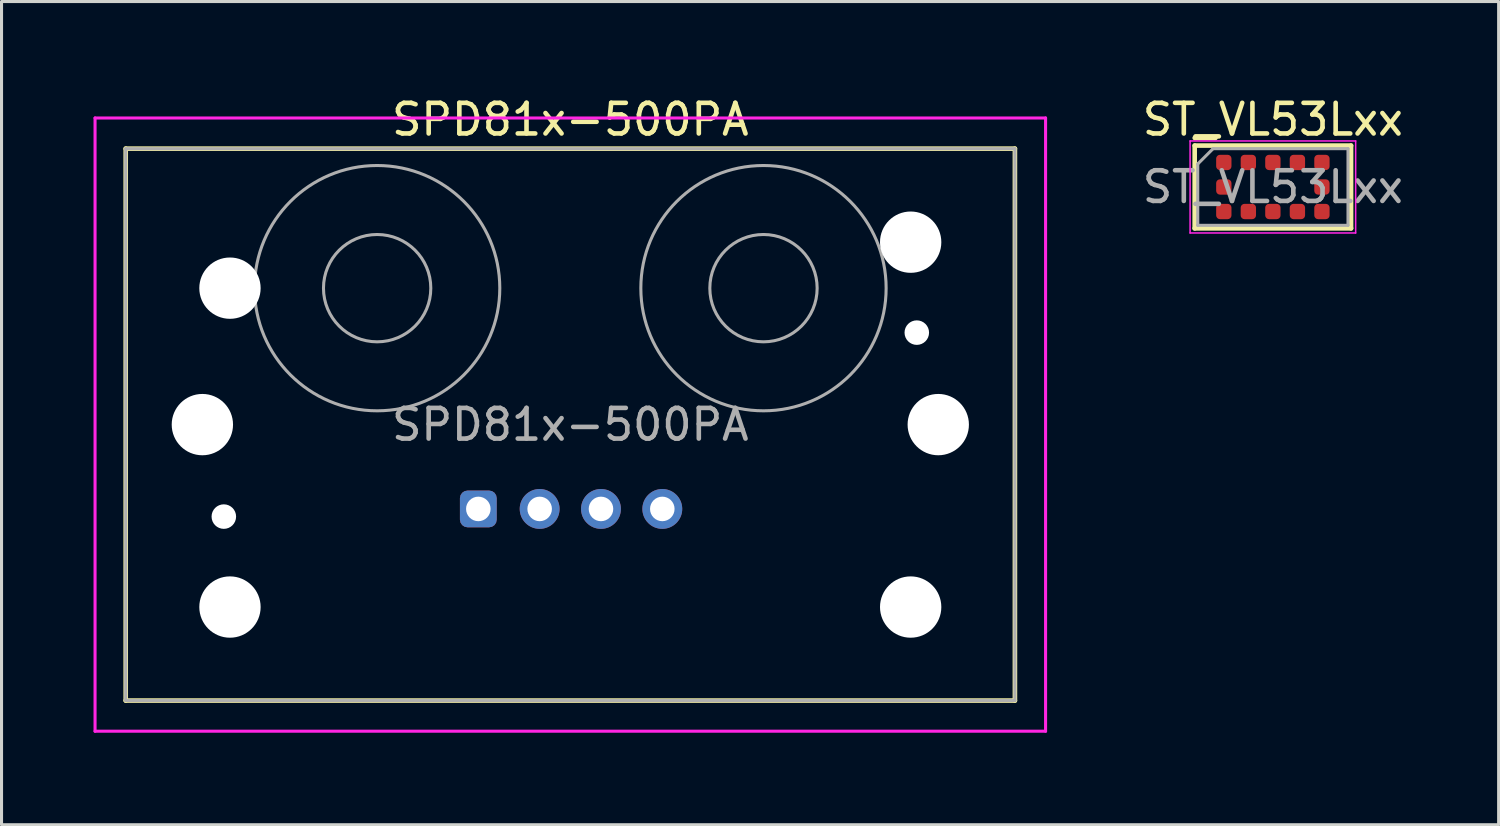
<source format=kicad_pcb>
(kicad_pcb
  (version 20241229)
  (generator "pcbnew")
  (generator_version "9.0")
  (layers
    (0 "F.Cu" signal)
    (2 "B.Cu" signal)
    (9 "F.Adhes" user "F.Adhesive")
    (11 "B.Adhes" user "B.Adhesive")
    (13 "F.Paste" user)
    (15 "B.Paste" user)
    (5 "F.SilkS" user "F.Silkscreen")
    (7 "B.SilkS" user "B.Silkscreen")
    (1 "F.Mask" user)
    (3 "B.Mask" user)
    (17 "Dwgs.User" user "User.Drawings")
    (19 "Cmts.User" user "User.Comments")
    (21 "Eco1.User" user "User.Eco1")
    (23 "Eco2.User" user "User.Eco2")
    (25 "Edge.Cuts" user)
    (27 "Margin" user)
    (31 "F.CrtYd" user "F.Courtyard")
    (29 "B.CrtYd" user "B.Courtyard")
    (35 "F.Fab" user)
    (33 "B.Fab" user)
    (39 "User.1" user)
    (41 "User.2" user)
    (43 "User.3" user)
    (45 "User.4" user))
  (footprint "SPD81x-500PA"
    (layer "F.Cu")
    (at 15.55 10.798)
    (property "Reference" "SPD81x-500PA" (at 0 -9.95 0) (unlocked yes) (layer "F.SilkS") (effects (font (size 1 1) (thickness 0.15))))
    (attr through_hole)
    (fp_line (start -14.5 -9) (end 14.5 -9) (stroke (width 0.15) (type solid)) (layer "F.SilkS"))
    (fp_line (start -14.5 9) (end -14.5 -9) (stroke (width 0.15) (type solid)) (layer "F.SilkS"))
    (fp_line (start 14.5 -9) (end 14.5 9) (stroke (width 0.15) (type solid)) (layer "F.SilkS"))
    (fp_line (start 14.5 9) (end -14.5 9) (stroke (width 0.15) (type solid)) (layer "F.SilkS"))
    (fp_line (start -15.5 -10) (end 15.5 -10) (stroke (width 0.1) (type solid)) (layer "F.CrtYd"))
    (fp_line (start -15.5 10) (end -15.5 -10) (stroke (width 0.1) (type solid)) (layer "F.CrtYd"))
    (fp_line (start 15.5 -10) (end 15.5 10) (stroke (width 0.1) (type solid)) (layer "F.CrtYd"))
    (fp_line (start 15.5 10) (end -15.5 10) (stroke (width 0.1) (type solid)) (layer "F.CrtYd"))
    (fp_line (start -14.5 -9) (end 14.5 -9) (stroke (width 0.1) (type solid)) (layer "F.Fab"))
    (fp_line (start -14.5 9) (end -14.5 -9) (stroke (width 0.1) (type solid)) (layer "F.Fab"))
    (fp_line (start 14.5 -9) (end 14.5 9) (stroke (width 0.1) (type solid)) (layer "F.Fab"))
    (fp_line (start 14.5 9) (end -14.5 9) (stroke (width 0.1) (type solid)) (layer "F.Fab"))
    (fp_circle (center -6.3 -4.45) (end -10.3 -4.45) (stroke (width 0.1) (type solid)) (fill no) (layer "F.Fab"))
    (fp_circle (center -6.3 -4.45) (end -8.05 -4.45) (stroke (width 0.1) (type solid)) (fill no) (layer "F.Fab"))
    (fp_circle (center 6.3 -4.45) (end 8.05 -4.45) (stroke (width 0.1) (type solid)) (fill no) (layer "F.Fab"))
    (fp_circle (center 6.3 -4.45) (end 10.3 -4.45) (stroke (width 0.1) (type solid)) (fill no) (layer "F.Fab"))
    (fp_text user "${REFERENCE}" (at 0 0 0) (unlocked yes) (layer "F.Fab") (effects (font (size 1 1) (thickness 0.15))))
    (pad "" np_thru_hole circle (at -12 0) (size 2 2) (drill 2) (layers "*.Cu" "*.Mask"))
    (pad "" np_thru_hole circle (at -11.3 3) (size 0.8 0.8) (drill 0.8) (layers "*.Cu" "*.Mask"))
    (pad "" np_thru_hole circle (at -11.1 -4.45) (size 2 2) (drill 2) (layers "*.Cu" "*.Mask"))
    (pad "" np_thru_hole circle (at -11.1 5.95) (size 2 2) (drill 2) (layers "*.Cu" "*.Mask"))
    (pad "" np_thru_hole circle (at 11.1 -5.95) (size 2 2) (drill 2) (layers "*.Cu" "*.Mask"))
    (pad "" np_thru_hole circle (at 11.1 5.95) (size 2 2) (drill 2) (layers "*.Cu" "*.Mask"))
    (pad "" np_thru_hole circle (at 11.3 -3) (size 0.8 0.8) (drill 0.8) (layers "*.Cu" "*.Mask"))
    (pad "" np_thru_hole circle (at 12 0) (size 2 2) (drill 2) (layers "*.Cu" "*.Mask"))
    (pad "1" thru_hole roundrect (at -3 2.75) (size 1.2 1.2) (drill 0.8) (layers "*.Cu" "*.Mask") (roundrect_rratio 0.208))
    (pad "2" thru_hole circle (at -1 2.75) (size 1.3 1.3) (drill 0.8) (layers "*.Cu" "*.Mask"))
    (pad "3" thru_hole circle (at 1 2.75) (size 1.3 1.3) (drill 0.8) (layers "*.Cu" "*.Mask"))
    (pad "4" thru_hole circle (at 3 2.75) (size 1.3 1.3) (drill 0.8) (layers "*.Cu" "*.Mask")))
  (footprint "ST_VL53Lxx"
    (layer "F.Cu")
    (at 38.463 3.048)
    (property "Reference" "ST_VL53Lxx" (at 0 -2.2 0) (layer "F.SilkS") (effects (font (size 1 1) (thickness 0.15))))
    (attr smd)
    (fp_line (start -2.55 -1.6) (end -1.87 -1.6) (stroke (width 0.15) (type solid)) (layer "F.SilkS"))
    (fp_line (start -2.55 -1.35) (end -2.55 1.35) (stroke (width 0.15) (type solid)) (layer "F.SilkS"))
    (fp_line (start -2.55 1.35) (end 2.55 1.35) (stroke (width 0.15) (type solid)) (layer "F.SilkS"))
    (fp_line (start 2.55 -1.35) (end -2.55 -1.35) (stroke (width 0.15) (type solid)) (layer "F.SilkS"))
    (fp_line (start 2.55 1.35) (end 2.55 -1.35) (stroke (width 0.15) (type solid)) (layer "F.SilkS"))
    (fp_line (start -2.7 -1.5) (end -2.7 1.5) (stroke (width 0.05) (type solid)) (layer "F.CrtYd"))
    (fp_line (start -2.7 1.5) (end 2.7 1.5) (stroke (width 0.05) (type solid)) (layer "F.CrtYd"))
    (fp_line (start 2.7 -1.5) (end -2.7 -1.5) (stroke (width 0.05) (type solid)) (layer "F.CrtYd"))
    (fp_line (start 2.7 1.5) (end 2.7 -1.5) (stroke (width 0.05) (type solid)) (layer "F.CrtYd"))
    (fp_line (start -2.45 -0.75) (end -2.45 1.25) (stroke (width 0.1) (type solid)) (layer "F.Fab"))
    (fp_line (start -2.45 -0.75) (end -1.95 -1.25) (stroke (width 0.1) (type solid)) (layer "F.Fab"))
    (fp_line (start -1.95 -1.25) (end 2.45 -1.25) (stroke (width 0.1) (type solid)) (layer "F.Fab"))
    (fp_line (start 2.45 -1.25) (end 2.45 1.25) (stroke (width 0.1) (type solid)) (layer "F.Fab"))
    (fp_line (start 2.45 1.25) (end -2.45 1.25) (stroke (width 0.1) (type solid)) (layer "F.Fab"))
    (fp_text user "${REFERENCE}" (at 0 0 0) (layer "F.Fab") (effects (font (size 1 1) (thickness 0.15))))
    (pad "1" smd roundrect (at -1.6 -0.8) (size 0.5 0.5) (layers "F.Cu" "F.Mask" "F.Paste") (roundrect_rratio 0.25))
    (pad "2" smd roundrect (at -0.8 -0.8) (size 0.5 0.5) (layers "F.Cu" "F.Mask" "F.Paste") (roundrect_rratio 0.25))
    (pad "3" smd roundrect (at 0 -0.8) (size 0.5 0.5) (layers "F.Cu" "F.Mask" "F.Paste") (roundrect_rratio 0.25))
    (pad "4" smd roundrect (at 0.8 -0.8) (size 0.5 0.5) (layers "F.Cu" "F.Mask" "F.Paste") (roundrect_rratio 0.25))
    (pad "5" smd roundrect (at 1.6 -0.8) (size 0.5 0.5) (layers "F.Cu" "F.Mask" "F.Paste") (roundrect_rratio 0.25))
    (pad "6" smd roundrect (at 1.6 0) (size 0.5 0.5) (layers "F.Cu" "F.Mask" "F.Paste") (roundrect_rratio 0.25))
    (pad "7" smd roundrect (at 1.6 0.8) (size 0.5 0.5) (layers "F.Cu" "F.Mask" "F.Paste") (roundrect_rratio 0.25))
    (pad "8" smd roundrect (at 0.8 0.8) (size 0.5 0.5) (layers "F.Cu" "F.Mask" "F.Paste") (roundrect_rratio 0.25))
    (pad "9" smd roundrect (at 0 0.8) (size 0.5 0.5) (layers "F.Cu" "F.Mask" "F.Paste") (roundrect_rratio 0.25))
    (pad "10" smd roundrect (at -0.8 0.8) (size 0.5 0.5) (layers "F.Cu" "F.Mask" "F.Paste") (roundrect_rratio 0.25))
    (pad "11" smd roundrect (at -1.6 0.8) (size 0.5 0.5) (layers "F.Cu" "F.Mask" "F.Paste") (roundrect_rratio 0.25))
    (pad "12" smd roundrect (at -1.6 0) (size 0.5 0.5) (layers "F.Cu" "F.Mask" "F.Paste") (roundrect_rratio 0.25)))
  (gr_rect
    (start -3 -3)
    (end 45.826 23.848)
    (stroke (width 0.1) (type default))
    (fill no)
    (layer "Edge.Cuts")))
</source>
